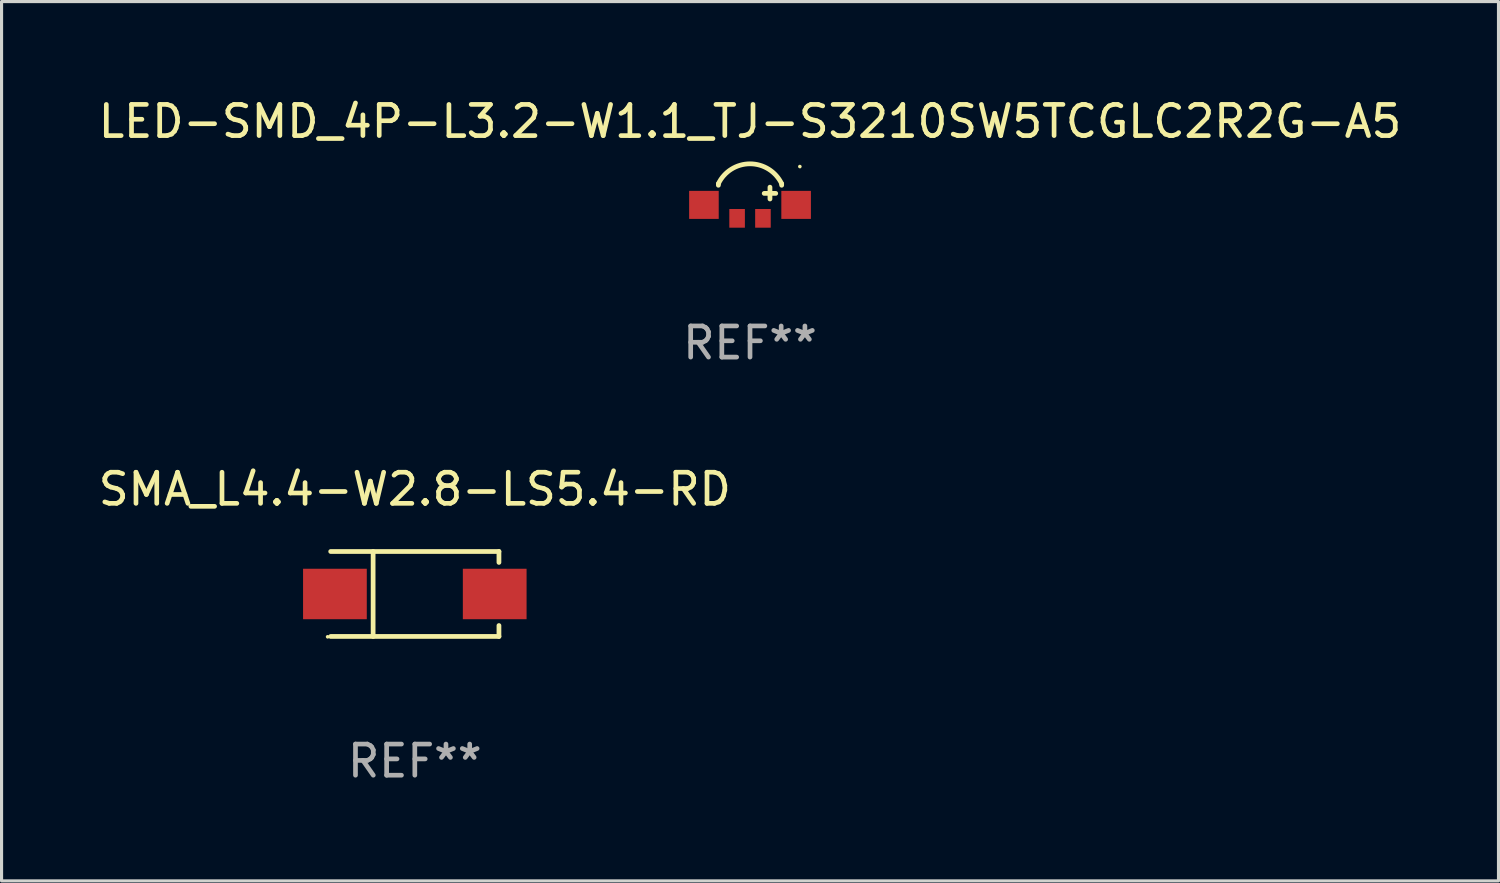
<source format=kicad_pcb>
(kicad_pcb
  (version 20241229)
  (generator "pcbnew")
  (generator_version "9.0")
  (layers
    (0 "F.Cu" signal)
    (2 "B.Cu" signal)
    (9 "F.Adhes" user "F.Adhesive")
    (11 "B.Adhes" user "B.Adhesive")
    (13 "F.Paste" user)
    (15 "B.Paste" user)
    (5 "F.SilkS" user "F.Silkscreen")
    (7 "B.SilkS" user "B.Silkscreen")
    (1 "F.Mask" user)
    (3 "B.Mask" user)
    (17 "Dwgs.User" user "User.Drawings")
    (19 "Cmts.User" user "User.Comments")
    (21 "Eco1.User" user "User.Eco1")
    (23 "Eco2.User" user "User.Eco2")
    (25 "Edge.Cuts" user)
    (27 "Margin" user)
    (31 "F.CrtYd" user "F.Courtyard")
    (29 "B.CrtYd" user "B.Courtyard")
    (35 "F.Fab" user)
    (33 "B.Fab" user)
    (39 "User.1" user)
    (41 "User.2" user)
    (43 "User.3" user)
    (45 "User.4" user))
  (footprint "SMA_L4.4-W2.8-LS5.4-RD"
    (layer "F.Cu")
    (at 10.268 16.02)
    (property "Reference" "SMA_L4.4-W2.8-LS5.4-RD" (at 0.000025 -3.364 0) (layer "F.SilkS") (effects (font (size 1 1) (thickness 0.15))))
    (attr smd)
    (fp_line (start -2.701 -1.364) (end 2.701 -1.364) (stroke (width 0.152) (type solid)) (layer "F.SilkS"))
    (fp_line (start -2.701 1.364) (end 2.701 1.364) (stroke (width 0.152) (type solid)) (layer "F.SilkS"))
    (fp_line (start -1.339 -1.364) (end -1.339 1.364) (stroke (width 0.152) (type solid)) (layer "F.SilkS"))
    (fp_line (start 2.701 -1.364) (end 2.701 -1.013) (stroke (width 0.152) (type solid)) (layer "F.SilkS"))
    (fp_line (start 2.701 1.364) (end 2.701 1.013) (stroke (width 0.152) (type solid)) (layer "F.SilkS"))
    (fp_circle (center -2.8 1.375) (end -2.77 1.375) (stroke (width 0.06) (type solid)) (fill no) (layer "F.SilkS"))
    (fp_text user "REF**" (at 0.000025 5.364 0) (layer "F.Fab") (effects (font (size 1 1) (thickness 0.15))))
    (pad "1" smd rect (at -2.565 0) (size 2.046 1.62) (layers "F.Cu" "F.Mask" "F.Paste"))
    (pad "2" smd rect (at 2.565 0) (size 2.046 1.62) (layers "F.Cu" "F.Mask" "F.Paste")))
  (footprint "LED-SMD_4P-L3.2-W1.1_TJ-S3210SW5TCGLC2R2G-A5"
    (layer "F.Cu")
    (at 21.03 3.744)
    (property "Reference" "LED-SMD_4P-L3.2-W1.1_TJ-S3210SW5TCGLC2R2G-A5" (at 0 -2.896 0) (layer "F.SilkS") (effects (font (size 1 1) (thickness 0.15))))
    (attr smd)
    (fp_line (start -1.016 -0.896) (end -1.016 -0.846) (stroke (width 0.152) (type solid)) (layer "F.SilkS"))
    (fp_line (start 0.455 -0.585) (end 0.825 -0.585) (stroke (width 0.152) (type solid)) (layer "F.SilkS"))
    (fp_line (start 0.64 -0.785) (end 0.64 -0.405) (stroke (width 0.152) (type solid)) (layer "F.SilkS"))
    (fp_line (start 1.016 -0.896) (end 1.016 -0.846) (stroke (width 0.152) (type solid)) (layer "F.SilkS"))
    (fp_arc (start -1.015824 -0.896241) (mid -0.000064 -1.534695) (end 1.015519 -0.89596) (stroke (width 0.151994) (type solid)) (layer "F.SilkS"))
    (fp_circle (center 1.6 -1.447) (end 1.63 -1.447) (stroke (width 0.06) (type solid)) (fill no) (layer "F.SilkS"))
    (fp_text user "REF**" (at 0 4.216 0) (layer "F.Fab") (effects (font (size 1 1) (thickness 0.15))))
    (pad "1" smd rect (at 1.48 -0.216 180) (size 0.95 0.9) (layers "F.Cu" "F.Mask" "F.Paste"))
    (pad "2" smd rect (at 0.415 0.216 180) (size 0.5 0.6) (layers "F.Cu" "F.Mask" "F.Paste"))
    (pad "3" smd rect (at -0.415 0.216 180) (size 0.5 0.6) (layers "F.Cu" "F.Mask" "F.Paste"))
    (pad "4" smd rect (at -1.48 -0.216 180) (size 0.95 0.9) (layers "F.Cu" "F.Mask" "F.Paste")))
  (gr_rect
    (start -3 -3)
    (end 45.06 25.232)
    (stroke (width 0.1) (type default))
    (fill no)
    (layer "Edge.Cuts")))
</source>
